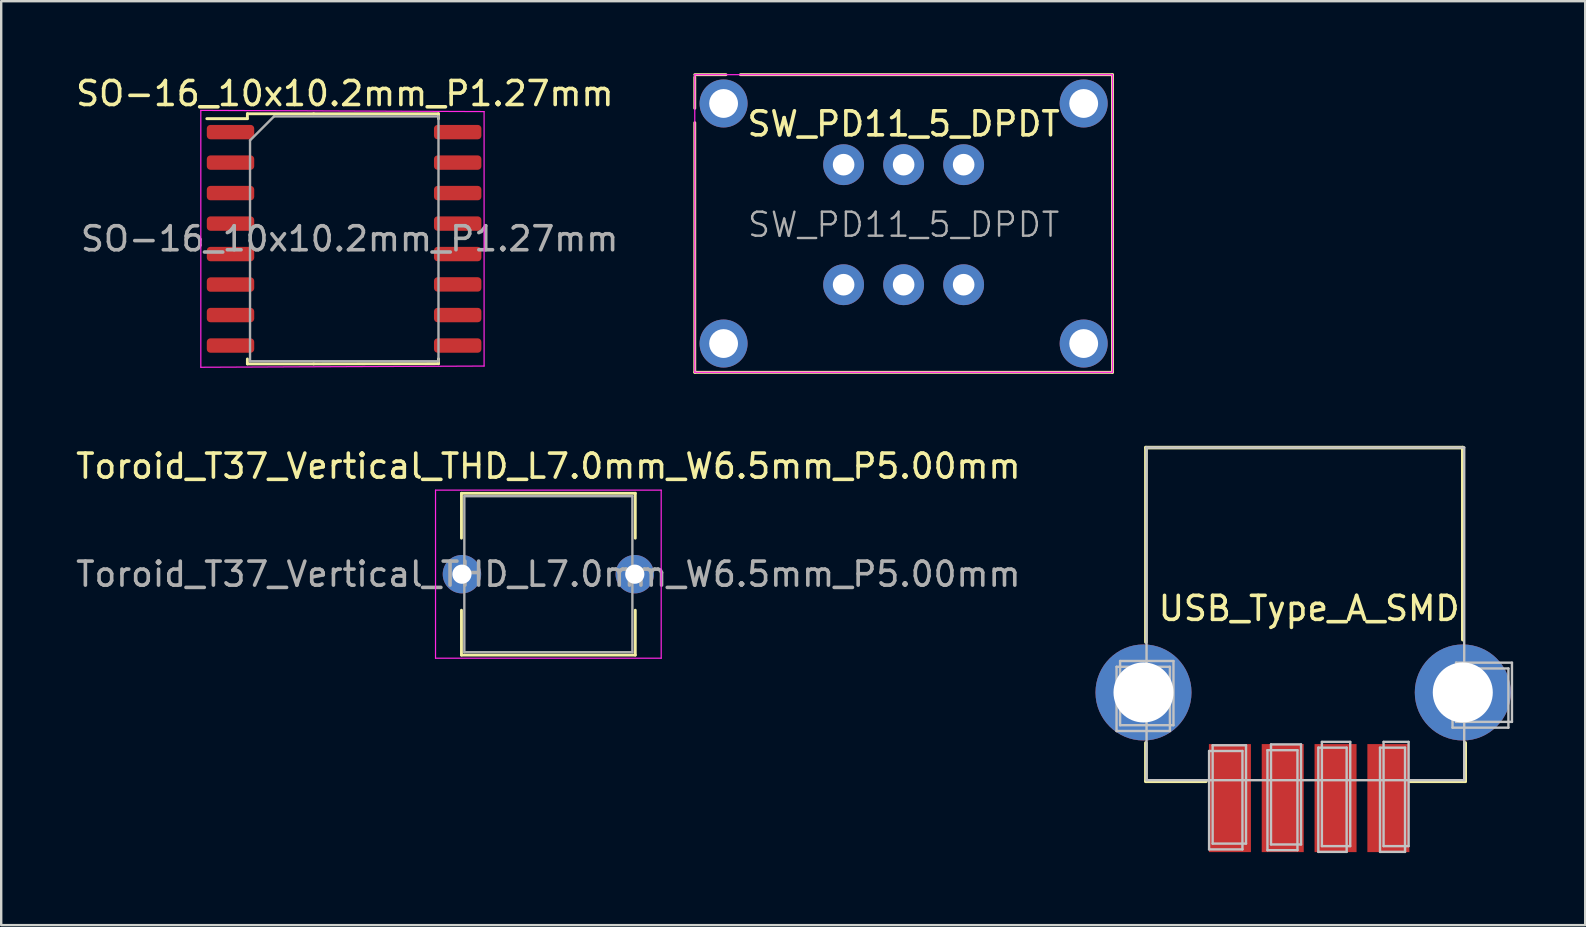
<source format=kicad_pcb>
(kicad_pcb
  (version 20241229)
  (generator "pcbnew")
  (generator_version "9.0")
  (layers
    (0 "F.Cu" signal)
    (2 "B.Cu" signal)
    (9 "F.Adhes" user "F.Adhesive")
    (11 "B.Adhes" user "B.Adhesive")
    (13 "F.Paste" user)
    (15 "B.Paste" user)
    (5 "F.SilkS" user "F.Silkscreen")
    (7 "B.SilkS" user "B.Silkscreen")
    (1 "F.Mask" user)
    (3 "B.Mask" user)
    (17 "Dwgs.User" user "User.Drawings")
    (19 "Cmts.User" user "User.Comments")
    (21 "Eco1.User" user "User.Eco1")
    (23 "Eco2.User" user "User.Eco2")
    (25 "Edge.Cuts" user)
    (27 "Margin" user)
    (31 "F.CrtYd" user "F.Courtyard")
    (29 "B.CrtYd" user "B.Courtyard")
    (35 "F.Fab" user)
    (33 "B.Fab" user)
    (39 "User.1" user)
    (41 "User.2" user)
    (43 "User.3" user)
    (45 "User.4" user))
  (footprint "Toroid_T37_Vertical_THD_L7.0mm_W6.5mm_P5.00mm"
    (layer "F.Cu")
    (at 17.292 20.868)
    (property "Reference" "Toroid_T37_Vertical_THD_L7.0mm_W6.5mm_P5.00mm" (at 2.5 -4.5 0) (layer "F.SilkS") (effects (font (size 1 1) (thickness 0.15))))
    (attr through_hole)
    (fp_line (start -1.12 -3.37) (end -1.12 -1.5) (stroke (width 0.12) (type solid)) (layer "F.SilkS"))
    (fp_line (start -1.12 -3.37) (end 6.12 -3.37) (stroke (width 0.12) (type solid)) (layer "F.SilkS"))
    (fp_line (start -1.12 1.5) (end -1.12 3.37) (stroke (width 0.12) (type solid)) (layer "F.SilkS"))
    (fp_line (start -1.12 3.37) (end 6.12 3.37) (stroke (width 0.12) (type solid)) (layer "F.SilkS"))
    (fp_line (start 6.12 -3.37) (end 6.12 -1.5) (stroke (width 0.12) (type solid)) (layer "F.SilkS"))
    (fp_line (start 6.12 1.5) (end 6.12 3.37) (stroke (width 0.12) (type solid)) (layer "F.SilkS"))
    (fp_line (start -2.2 -3.5) (end -2.2 3.5) (stroke (width 0.05) (type solid)) (layer "F.CrtYd"))
    (fp_line (start -2.2 3.5) (end 7.2 3.5) (stroke (width 0.05) (type solid)) (layer "F.CrtYd"))
    (fp_line (start 7.2 -3.5) (end -2.2 -3.5) (stroke (width 0.05) (type solid)) (layer "F.CrtYd"))
    (fp_line (start 7.2 3.5) (end 7.2 -3.5) (stroke (width 0.05) (type solid)) (layer "F.CrtYd"))
    (fp_line (start -1 -3.25) (end -1 3.25) (stroke (width 0.1) (type solid)) (layer "F.Fab"))
    (fp_line (start -1 3.25) (end 6 3.25) (stroke (width 0.1) (type solid)) (layer "F.Fab"))
    (fp_line (start 6 -3.25) (end -1 -3.25) (stroke (width 0.1) (type solid)) (layer "F.Fab"))
    (fp_line (start 6 3.25) (end 6 -3.25) (stroke (width 0.1) (type solid)) (layer "F.Fab"))
    (fp_text user "${REFERENCE}" (at 2.5 0 0) (layer "F.Fab") (effects (font (size 1 1) (thickness 0.15))))
    (pad "1" thru_hole circle (at -1.1 0) (size 1.6 1.6) (drill 0.8) (layers "*.Cu" "*.Mask"))
    (pad "2" thru_hole circle (at 6.1 0) (size 1.6 1.6) (drill 0.8) (layers "*.Cu" "*.Mask")))
  (footprint "SW_PD11_5_DPDT"
    (layer "F.Cu")
    (at 30.591 5.06)
    (property "Reference" "SW_PD11_5_DPDT" (at 4 -2.95 0) (layer "F.SilkS") (effects (font (size 1 1) (thickness 0.15))))
    (attr through_hole)
    (fp_line (start -4.7 -5) (end -3.4 -5) (stroke (width 0.12) (type solid)) (layer "F.SilkS"))
    (fp_line (start -4.7 -3.6) (end -4.7 -4.9) (stroke (width 0.12) (type solid)) (layer "F.SilkS"))
    (fp_line (start -4.7 7.4) (end -4.7 -3) (stroke (width 0.12) (type solid)) (layer "F.SilkS"))
    (fp_line (start -2.8 -5) (end 12.7 -5) (stroke (width 0.12) (type solid)) (layer "F.SilkS"))
    (fp_line (start 12.7 -5) (end 12.7 7.4) (stroke (width 0.12) (type solid)) (layer "F.SilkS"))
    (fp_line (start 12.7 7.4) (end -4.7 7.4) (stroke (width 0.12) (type solid)) (layer "F.SilkS"))
    (fp_line (start -4.7 -5) (end 12.7 -5) (stroke (width 0.05) (type solid)) (layer "F.CrtYd"))
    (fp_line (start -4.7 7.4) (end -4.7 -5) (stroke (width 0.05) (type solid)) (layer "F.CrtYd"))
    (fp_line (start 12.7 -5) (end 12.7 7.4) (stroke (width 0.05) (type solid)) (layer "F.CrtYd"))
    (fp_line (start 12.7 7.4) (end -4.7 7.4) (stroke (width 0.05) (type solid)) (layer "F.CrtYd"))
    (fp_text user "${REFERENCE}" (at 4 1.25 0) (layer "F.Fab") (effects (font (size 1 1) (thickness 0.1))))
    (pad "" thru_hole circle (at -3.5 -3.8) (size 2 2) (drill 1.2) (layers "*.Cu" "*.Mask"))
    (pad "" thru_hole circle (at -3.5 6.2) (size 2 2) (drill 1.2) (layers "*.Cu" "*.Mask"))
    (pad "" thru_hole circle (at 11.5 -3.8) (size 2 2) (drill 1.2) (layers "*.Cu" "*.Mask"))
    (pad "" thru_hole circle (at 11.5 6.2) (size 2 2) (drill 1.2) (layers "*.Cu" "*.Mask"))
    (pad "1" thru_hole circle (at 1.5 -1.25) (size 1.7 1.7) (drill 0.9) (layers "*.Cu" "*.Mask"))
    (pad "2" thru_hole circle (at 4 -1.25) (size 1.7 1.7) (drill 0.9) (layers "*.Cu" "*.Mask"))
    (pad "3" thru_hole circle (at 6.5 -1.25) (size 1.7 1.7) (drill 0.9) (layers "*.Cu" "*.Mask"))
    (pad "4" thru_hole circle (at 1.5 3.75) (size 1.7 1.7) (drill 0.9) (layers "*.Cu" "*.Mask"))
    (pad "5" thru_hole circle (at 4 3.75) (size 1.7 1.7) (drill 0.9) (layers "*.Cu" "*.Mask"))
    (pad "6" thru_hole circle (at 6.5 3.75) (size 1.7 1.7) (drill 0.9) (layers "*.Cu" "*.Mask")))
  (footprint "SO-16_10x10.2mm_P1.27mm"
    (layer "F.Cu")
    (at 11.315 6.898)
    (property "Reference" "SO-16_10x10.2mm_P1.27mm" (at 0 -6.05 0) (layer "F.SilkS") (effects (font (size 1 1) (thickness 0.15))))
    (attr smd)
    (fp_line (start -4.06 -5.21) (end -4.06 -5.005) (stroke (width 0.12) (type solid)) (layer "F.SilkS"))
    (fp_line (start -4.06 -5.005) (end -5.75 -5.005) (stroke (width 0.12) (type solid)) (layer "F.SilkS"))
    (fp_line (start -4.06 5.21) (end -4.06 5.005) (stroke (width 0.12) (type solid)) (layer "F.SilkS"))
    (fp_line (start -1.3 -5.21) (end -4.06 -5.21) (stroke (width 0.12) (type solid)) (layer "F.SilkS"))
    (fp_line (start -1.3 -5.21) (end 3.9 -5.21) (stroke (width 0.12) (type solid)) (layer "F.SilkS"))
    (fp_line (start -1.3 5.21) (end -4.06 5.21) (stroke (width 0.12) (type solid)) (layer "F.SilkS"))
    (fp_line (start -1.3 5.21) (end 3.9 5.2) (stroke (width 0.12) (type solid)) (layer "F.SilkS"))
    (fp_line (start 3.9 -5.21) (end 3.9 -5.005) (stroke (width 0.12) (type solid)) (layer "F.SilkS"))
    (fp_line (start 3.9 5.205) (end 3.9 5) (stroke (width 0.12) (type solid)) (layer "F.SilkS"))
    (fp_line (start -6 -5.35) (end -6 5.35) (stroke (width 0.05) (type solid)) (layer "F.CrtYd"))
    (fp_line (start -6 5.35) (end 5.8 5.3) (stroke (width 0.05) (type solid)) (layer "F.CrtYd"))
    (fp_line (start 5.8 -5.3) (end -6 -5.35) (stroke (width 0.05) (type solid)) (layer "F.CrtYd"))
    (fp_line (start 5.8 5.3) (end 5.8 -5.3) (stroke (width 0.05) (type solid)) (layer "F.CrtYd"))
    (fp_line (start -3.95 -4.1) (end -2.95 -5.1) (stroke (width 0.1) (type solid)) (layer "F.Fab"))
    (fp_line (start -3.95 5.1) (end -3.95 -4.1) (stroke (width 0.1) (type solid)) (layer "F.Fab"))
    (fp_line (start -2.95 -5.1) (end 3.9 -5.1) (stroke (width 0.1) (type solid)) (layer "F.Fab"))
    (fp_line (start 3.9 -5.1) (end 3.9 5.1) (stroke (width 0.1) (type solid)) (layer "F.Fab"))
    (fp_line (start 3.9 5.1) (end -3.95 5.1) (stroke (width 0.1) (type solid)) (layer "F.Fab"))
    (fp_text user "${REFERENCE}" (at 0.2 0 0) (layer "F.Fab") (effects (font (size 1 1) (thickness 0.15))))
    (pad "1" smd roundrect (at -4.763 -4.445) (size 1.975 0.6) (layers "F.Cu" "F.Mask" "F.Paste") (roundrect_rratio 0.25))
    (pad "2" smd roundrect (at -4.763 -3.175) (size 1.975 0.6) (layers "F.Cu" "F.Mask" "F.Paste") (roundrect_rratio 0.25))
    (pad "3" smd roundrect (at -4.763 -1.905) (size 1.975 0.6) (layers "F.Cu" "F.Mask" "F.Paste") (roundrect_rratio 0.25))
    (pad "4" smd roundrect (at -4.763 -0.635) (size 1.975 0.6) (layers "F.Cu" "F.Mask" "F.Paste") (roundrect_rratio 0.25))
    (pad "5" smd roundrect (at -4.763 0.635) (size 1.975 0.6) (layers "F.Cu" "F.Mask" "F.Paste") (roundrect_rratio 0.25))
    (pad "6" smd roundrect (at -4.763 1.905) (size 1.975 0.6) (layers "F.Cu" "F.Mask" "F.Paste") (roundrect_rratio 0.25))
    (pad "7" smd roundrect (at -4.763 3.175) (size 1.975 0.6) (layers "F.Cu" "F.Mask" "F.Paste") (roundrect_rratio 0.25))
    (pad "8" smd roundrect (at -4.763 4.445) (size 1.975 0.6) (layers "F.Cu" "F.Mask" "F.Paste") (roundrect_rratio 0.25))
    (pad "9" smd roundrect (at 4.7 4.445) (size 1.975 0.6) (layers "F.Cu" "F.Mask" "F.Paste") (roundrect_rratio 0.25))
    (pad "10" smd roundrect (at 4.7 3.175) (size 1.975 0.6) (layers "F.Cu" "F.Mask" "F.Paste") (roundrect_rratio 0.25))
    (pad "11" smd roundrect (at 4.7 1.9) (size 1.975 0.6) (layers "F.Cu" "F.Mask" "F.Paste") (roundrect_rratio 0.25))
    (pad "12" smd roundrect (at 4.7 0.635) (size 1.975 0.6) (layers "F.Cu" "F.Mask" "F.Paste") (roundrect_rratio 0.25))
    (pad "13" smd roundrect (at 4.7 -0.635) (size 1.975 0.6) (layers "F.Cu" "F.Mask" "F.Paste") (roundrect_rratio 0.25))
    (pad "14" smd roundrect (at 4.7 -1.905) (size 1.975 0.6) (layers "F.Cu" "F.Mask" "F.Paste") (roundrect_rratio 0.25))
    (pad "15" smd roundrect (at 4.7 -3.175) (size 1.975 0.6) (layers "F.Cu" "F.Mask" "F.Paste") (roundrect_rratio 0.25))
    (pad "16" smd roundrect (at 4.7 -4.445) (size 1.975 0.6) (layers "F.Cu" "F.Mask" "F.Paste") (roundrect_rratio 0.25)))
  (footprint "USB_Type_A_SMD"
    (layer "F.Cu")
    (at 51.483 27.895)
    (property "Reference" "USB_Type_A_SMD" (at 0 -5.6 0) (layer "F.SilkS") (effects (font (size 1 1) (thickness 0.15))))
    (attr through_hole)
    (fp_line (start -6.8 -12.3) (end -6.8 -4.2) (stroke (width 0.15) (type solid)) (layer "F.SilkS"))
    (fp_line (start -6.8 -12.3) (end 6.4 -12.3) (stroke (width 0.15) (type solid)) (layer "F.SilkS"))
    (fp_line (start -6.8 0) (end -6.8 1.6) (stroke (width 0.15) (type solid)) (layer "F.SilkS"))
    (fp_line (start -6.8 1.6) (end -4.3 1.6) (stroke (width 0.15) (type solid)) (layer "F.SilkS"))
    (fp_line (start 4.2 1.6) (end 6.5 1.6) (stroke (width 0.15) (type solid)) (layer "F.SilkS"))
    (fp_line (start 6.4 -12.3) (end 6.4 -4.3) (stroke (width 0.15) (type solid)) (layer "F.SilkS"))
    (fp_line (start 6.5 0.1) (end 6.5 0) (stroke (width 0.15) (type solid)) (layer "F.SilkS"))
    (fp_line (start 6.5 1.6) (end 6.5 0.1) (stroke (width 0.15) (type solid)) (layer "F.SilkS"))
    (fp_line (start -8.023 -3.169) (end -5.8 -3.169) (stroke (width 0.1) (type solid)) (layer "Dwgs.User"))
    (fp_line (start -8.023 -0.495) (end -8.023 -3.169) (stroke (width 0.1) (type solid)) (layer "Dwgs.User"))
    (fp_line (start -7.875 -3.41) (end -5.652 -3.41) (stroke (width 0.1) (type solid)) (layer "Dwgs.User"))
    (fp_line (start -7.875 -0.736) (end -7.875 -3.41) (stroke (width 0.1) (type solid)) (layer "Dwgs.User"))
    (fp_line (start -6.773 -12.303) (end 6.459 -12.303) (stroke (width 0.1) (type solid)) (layer "Dwgs.User"))
    (fp_line (start -6.773 1.554) (end -6.773 -12.303) (stroke (width 0.1) (type solid)) (layer "Dwgs.User"))
    (fp_line (start -5.8 -3.169) (end -5.8 -0.495) (stroke (width 0.1) (type solid)) (layer "Dwgs.User"))
    (fp_line (start -5.8 -0.495) (end -8.023 -0.495) (stroke (width 0.1) (type solid)) (layer "Dwgs.User"))
    (fp_line (start -5.652 -3.41) (end -5.652 -0.736) (stroke (width 0.1) (type solid)) (layer "Dwgs.User"))
    (fp_line (start -5.652 -0.736) (end -7.875 -0.736) (stroke (width 0.1) (type solid)) (layer "Dwgs.User"))
    (fp_line (start -4.168 0.338) (end -2.779 0.338) (stroke (width 0.1) (type solid)) (layer "Dwgs.User"))
    (fp_line (start -4.168 4.436) (end -4.168 0.338) (stroke (width 0.1) (type solid)) (layer "Dwgs.User"))
    (fp_line (start -4.02 0.098) (end -2.63 0.098) (stroke (width 0.1) (type solid)) (layer "Dwgs.User"))
    (fp_line (start -4.02 4.196) (end -4.02 0.098) (stroke (width 0.1) (type solid)) (layer "Dwgs.User"))
    (fp_line (start -2.779 0.338) (end -2.779 4.436) (stroke (width 0.1) (type solid)) (layer "Dwgs.User"))
    (fp_line (start -2.779 4.436) (end -4.168 4.436) (stroke (width 0.1) (type solid)) (layer "Dwgs.User"))
    (fp_line (start -2.63 0.098) (end -2.63 4.196) (stroke (width 0.1) (type solid)) (layer "Dwgs.User"))
    (fp_line (start -2.63 4.196) (end -4.02 4.196) (stroke (width 0.1) (type solid)) (layer "Dwgs.User"))
    (fp_line (start -1.737 0.304) (end -0.487 0.304) (stroke (width 0.1) (type solid)) (layer "Dwgs.User"))
    (fp_line (start -1.737 4.471) (end -1.737 0.304) (stroke (width 0.1) (type solid)) (layer "Dwgs.User"))
    (fp_line (start -1.589 0.063) (end -0.338 0.063) (stroke (width 0.1) (type solid)) (layer "Dwgs.User"))
    (fp_line (start -1.589 4.231) (end -1.589 0.063) (stroke (width 0.1) (type solid)) (layer "Dwgs.User"))
    (fp_line (start -0.487 0.304) (end -0.487 4.471) (stroke (width 0.1) (type solid)) (layer "Dwgs.User"))
    (fp_line (start -0.487 4.471) (end -1.737 4.471) (stroke (width 0.1) (type solid)) (layer "Dwgs.User"))
    (fp_line (start -0.338 0.063) (end -0.338 4.231) (stroke (width 0.1) (type solid)) (layer "Dwgs.User"))
    (fp_line (start -0.338 4.231) (end -1.589 4.231) (stroke (width 0.1) (type solid)) (layer "Dwgs.User"))
    (fp_line (start 0.382 0.199) (end 1.562 0.199) (stroke (width 0.1) (type solid)) (layer "Dwgs.User"))
    (fp_line (start 0.382 4.541) (end 0.382 0.199) (stroke (width 0.1) (type solid)) (layer "Dwgs.User"))
    (fp_line (start 0.53 -0.041) (end 1.711 -0.041) (stroke (width 0.1) (type solid)) (layer "Dwgs.User"))
    (fp_line (start 0.53 4.3) (end 0.53 -0.041) (stroke (width 0.1) (type solid)) (layer "Dwgs.User"))
    (fp_line (start 1.562 0.199) (end 1.562 4.541) (stroke (width 0.1) (type solid)) (layer "Dwgs.User"))
    (fp_line (start 1.562 4.541) (end 0.382 4.541) (stroke (width 0.1) (type solid)) (layer "Dwgs.User"))
    (fp_line (start 1.711 -0.041) (end 1.711 4.3) (stroke (width 0.1) (type solid)) (layer "Dwgs.User"))
    (fp_line (start 1.711 4.3) (end 0.53 4.3) (stroke (width 0.1) (type solid)) (layer "Dwgs.User"))
    (fp_line (start 2.952 0.199) (end 3.994 0.199) (stroke (width 0.1) (type solid)) (layer "Dwgs.User"))
    (fp_line (start 2.952 4.541) (end 2.952 0.199) (stroke (width 0.1) (type solid)) (layer "Dwgs.User"))
    (fp_line (start 3.1 -0.041) (end 4.142 -0.041) (stroke (width 0.1) (type solid)) (layer "Dwgs.User"))
    (fp_line (start 3.1 4.3) (end 3.1 -0.041) (stroke (width 0.1) (type solid)) (layer "Dwgs.User"))
    (fp_line (start 3.994 0.199) (end 3.994 4.541) (stroke (width 0.1) (type solid)) (layer "Dwgs.User"))
    (fp_line (start 3.994 4.541) (end 2.952 4.541) (stroke (width 0.1) (type solid)) (layer "Dwgs.User"))
    (fp_line (start 4.142 -0.041) (end 4.142 4.3) (stroke (width 0.1) (type solid)) (layer "Dwgs.User"))
    (fp_line (start 4.142 4.3) (end 3.1 4.3) (stroke (width 0.1) (type solid)) (layer "Dwgs.User"))
    (fp_line (start 5.973 -3.1) (end 8.3 -3.1) (stroke (width 0.1) (type solid)) (layer "Dwgs.User"))
    (fp_line (start 5.973 -0.634) (end 5.973 -3.1) (stroke (width 0.1) (type solid)) (layer "Dwgs.User"))
    (fp_line (start 6.121 -3.341) (end 8.448 -3.341) (stroke (width 0.1) (type solid)) (layer "Dwgs.User"))
    (fp_line (start 6.121 -0.875) (end 6.121 -3.341) (stroke (width 0.1) (type solid)) (layer "Dwgs.User"))
    (fp_line (start 6.459 -12.303) (end 6.459 1.554) (stroke (width 0.1) (type solid)) (layer "Dwgs.User"))
    (fp_line (start 6.459 1.554) (end -6.773 1.554) (stroke (width 0.1) (type solid)) (layer "Dwgs.User"))
    (fp_line (start 8.3 -3.1) (end 8.3 -0.634) (stroke (width 0.1) (type solid)) (layer "Dwgs.User"))
    (fp_line (start 8.3 -0.634) (end 5.973 -0.634) (stroke (width 0.1) (type solid)) (layer "Dwgs.User"))
    (fp_line (start 8.448 -3.341) (end 8.448 -0.875) (stroke (width 0.1) (type solid)) (layer "Dwgs.User"))
    (fp_line (start 8.448 -0.875) (end 6.121 -0.875) (stroke (width 0.1) (type solid)) (layer "Dwgs.User"))
    (pad "1" smd rect (at 3.3 2.3) (size 1.75 4.5) (layers "F.Cu" "F.Mask" "F.Paste"))
    (pad "2" smd rect (at 1.1 2.3) (size 1.75 4.5) (layers "F.Cu" "F.Mask" "F.Paste"))
    (pad "3" smd rect (at -1.1 2.3) (size 1.75 4.5) (layers "F.Cu" "F.Mask" "F.Paste"))
    (pad "4" smd rect (at -3.3 2.3) (size 1.75 4.5) (layers "F.Cu" "F.Mask" "F.Paste"))
    (pad "5" thru_hole circle (at -6.9 -2.1) (size 4 4) (drill 2.5) (layers "*.Cu" "*.Mask"))
    (pad "5" thru_hole circle (at 6.4 -2.1) (size 4 4) (drill 2.5) (layers "*.Cu" "*.Mask")))
  (gr_rect
    (start -3 -3)
    (end 62.982 35.486)
    (stroke (width 0.1) (type default))
    (fill no)
    (layer "Edge.Cuts")))
</source>
